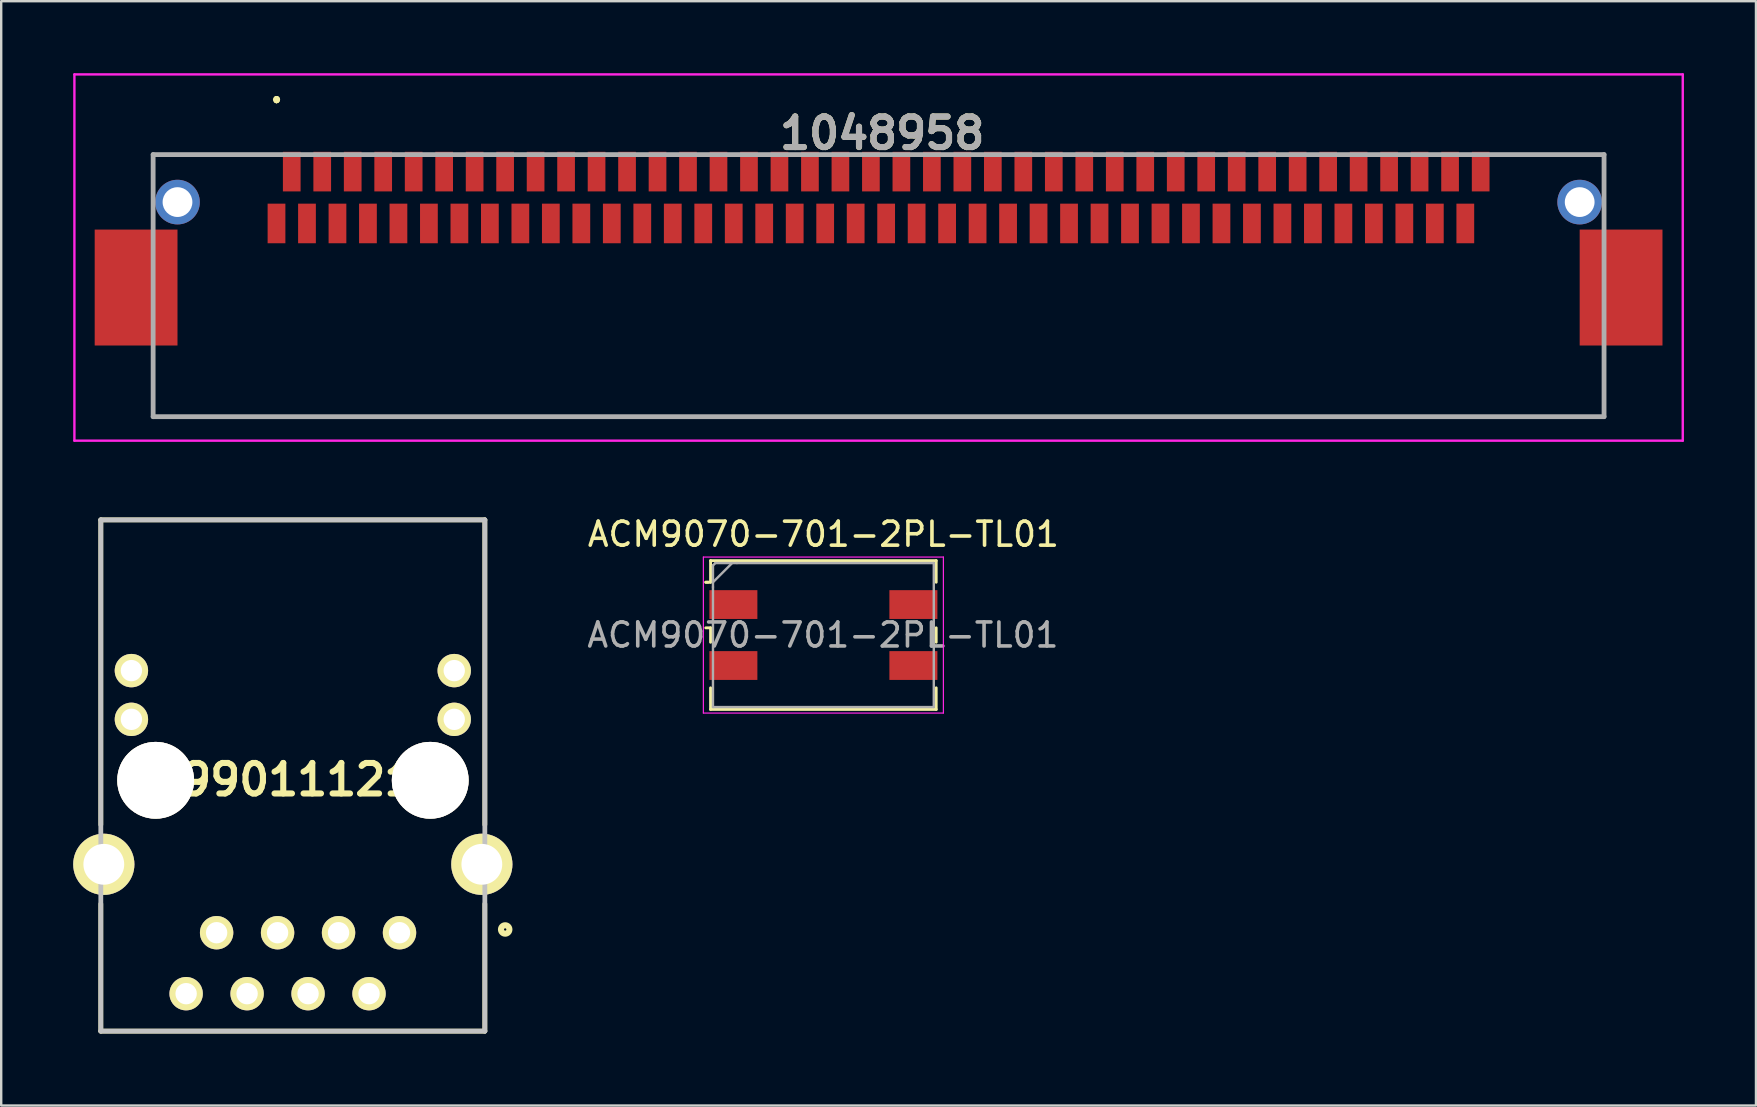
<source format=kicad_pcb>
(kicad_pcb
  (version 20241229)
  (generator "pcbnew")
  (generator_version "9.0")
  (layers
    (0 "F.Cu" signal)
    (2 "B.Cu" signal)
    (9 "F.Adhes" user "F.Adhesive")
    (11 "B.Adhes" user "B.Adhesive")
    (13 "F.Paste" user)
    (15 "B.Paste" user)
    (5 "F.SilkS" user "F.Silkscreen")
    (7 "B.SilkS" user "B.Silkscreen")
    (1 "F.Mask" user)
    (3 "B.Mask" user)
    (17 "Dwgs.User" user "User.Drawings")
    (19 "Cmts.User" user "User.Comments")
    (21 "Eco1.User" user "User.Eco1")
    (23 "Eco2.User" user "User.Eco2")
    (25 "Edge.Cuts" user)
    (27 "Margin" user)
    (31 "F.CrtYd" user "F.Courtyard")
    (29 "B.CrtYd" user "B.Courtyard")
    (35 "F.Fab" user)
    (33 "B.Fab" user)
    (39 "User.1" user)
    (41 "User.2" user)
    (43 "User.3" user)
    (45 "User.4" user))
  (footprint "1048958"
    (layer "F.Cu")
    (at 33.555 6.26)
    (property "Reference" "1048958" (at 0.152 -3.759 0) (layer "F.SilkS") (effects (font (size 1.27 1.27) (thickness 0.254))))
    (attr through_hole)
    (fp_line (start -30.25 -2.87) (end -30.25 -2.87) (stroke (width 0.1) (type solid)) (layer "F.SilkS"))
    (fp_line (start -30.25 -2.87) (end -30.225 -2.87) (stroke (width 0.1) (type solid)) (layer "F.SilkS"))
    (fp_line (start -30.25 -2.87) (end -25.5 -2.87) (stroke (width 0.1) (type solid)) (layer "F.SilkS"))
    (fp_line (start -30.25 -1.66) (end -30.25 -2.87) (stroke (width 0.1) (type solid)) (layer "F.SilkS"))
    (fp_line (start -30.25 5.84) (end -30.25 8.05) (stroke (width 0.1) (type solid)) (layer "F.SilkS"))
    (fp_line (start -30.25 8.05) (end -30.225 8.05) (stroke (width 0.1) (type solid)) (layer "F.SilkS"))
    (fp_line (start -30.225 -2.87) (end -30.225 -1.66) (stroke (width 0.1) (type solid)) (layer "F.SilkS"))
    (fp_line (start -30.225 -1.66) (end -30.25 -1.66) (stroke (width 0.1) (type solid)) (layer "F.SilkS"))
    (fp_line (start -30.225 5.84) (end -30.25 5.84) (stroke (width 0.1) (type solid)) (layer "F.SilkS"))
    (fp_line (start -30.225 8.05) (end -30.225 5.84) (stroke (width 0.1) (type solid)) (layer "F.SilkS"))
    (fp_line (start -30.225 8.05) (end -30.225 8.05) (stroke (width 0.1) (type solid)) (layer "F.SilkS"))
    (fp_line (start -30.225 8.05) (end 30.225 8.05) (stroke (width 0.1) (type solid)) (layer "F.SilkS"))
    (fp_line (start -25.5 -2.87) (end -30.25 -2.87) (stroke (width 0.1) (type solid)) (layer "F.SilkS"))
    (fp_line (start -25.5 -2.87) (end -25.5 -2.87) (stroke (width 0.1) (type solid)) (layer "F.SilkS"))
    (fp_line (start -25.085 -5.21) (end -25.085 -5.21) (stroke (width 0.2) (type solid)) (layer "F.SilkS"))
    (fp_line (start -25.085 -5.11) (end -25.085 -5.11) (stroke (width 0.2) (type solid)) (layer "F.SilkS"))
    (fp_line (start -25.085 -5.11) (end -25.085 -5.11) (stroke (width 0.2) (type solid)) (layer "F.SilkS"))
    (fp_line (start 26.25 -2.87) (end 26.25 -2.87) (stroke (width 0.1) (type solid)) (layer "F.SilkS"))
    (fp_line (start 26.25 -2.87) (end 30.225 -2.87) (stroke (width 0.1) (type solid)) (layer "F.SilkS"))
    (fp_line (start 30.225 -2.87) (end 26.25 -2.87) (stroke (width 0.1) (type solid)) (layer "F.SilkS"))
    (fp_line (start 30.225 -2.87) (end 30.225 -2.87) (stroke (width 0.1) (type solid)) (layer "F.SilkS"))
    (fp_line (start 30.225 -2.87) (end 30.225 -1.66) (stroke (width 0.1) (type solid)) (layer "F.SilkS"))
    (fp_line (start 30.225 -1.66) (end 30.25 -1.66) (stroke (width 0.1) (type solid)) (layer "F.SilkS"))
    (fp_line (start 30.225 5.84) (end 30.225 8.05) (stroke (width 0.1) (type solid)) (layer "F.SilkS"))
    (fp_line (start 30.225 8.05) (end -30.225 8.05) (stroke (width 0.1) (type solid)) (layer "F.SilkS"))
    (fp_line (start 30.225 8.05) (end 30.225 8.05) (stroke (width 0.1) (type solid)) (layer "F.SilkS"))
    (fp_line (start 30.225 8.05) (end 30.25 8.05) (stroke (width 0.1) (type solid)) (layer "F.SilkS"))
    (fp_line (start 30.25 -2.87) (end 30.225 -2.87) (stroke (width 0.1) (type solid)) (layer "F.SilkS"))
    (fp_line (start 30.25 -1.66) (end 30.25 -2.87) (stroke (width 0.1) (type solid)) (layer "F.SilkS"))
    (fp_line (start 30.25 5.84) (end 30.225 5.84) (stroke (width 0.1) (type solid)) (layer "F.SilkS"))
    (fp_line (start 30.25 8.05) (end 30.25 5.84) (stroke (width 0.1) (type solid)) (layer "F.SilkS"))
    (fp_arc (start -25.085 -5.21) (mid -25.035 -5.16) (end -25.085 -5.11) (stroke (width 0.2) (type solid)) (layer "F.SilkS"))
    (fp_arc (start -25.085 -5.21) (mid -25.035 -5.16) (end -25.085 -5.11) (stroke (width 0.2) (type solid)) (layer "F.SilkS"))
    (fp_arc (start -25.085 -5.11) (mid -25.135 -5.16) (end -25.085 -5.21) (stroke (width 0.2) (type solid)) (layer "F.SilkS"))
    (fp_line (start -33.505 -6.21) (end 33.505 -6.21) (stroke (width 0.1) (type solid)) (layer "F.CrtYd"))
    (fp_line (start -33.505 9.05) (end -33.505 -6.21) (stroke (width 0.1) (type solid)) (layer "F.CrtYd"))
    (fp_line (start 33.505 -6.21) (end 33.505 9.05) (stroke (width 0.1) (type solid)) (layer "F.CrtYd"))
    (fp_line (start 33.505 9.05) (end -33.505 9.05) (stroke (width 0.1) (type solid)) (layer "F.CrtYd"))
    (fp_line (start -30.225 -2.87) (end -30.225 8.05) (stroke (width 0.2) (type solid)) (layer "F.Fab"))
    (fp_line (start -30.225 8.05) (end 30.225 8.05) (stroke (width 0.2) (type solid)) (layer "F.Fab"))
    (fp_line (start 30.225 -2.87) (end -30.225 -2.87) (stroke (width 0.2) (type solid)) (layer "F.Fab"))
    (fp_line (start 30.225 8.05) (end 30.225 -2.87) (stroke (width 0.2) (type solid)) (layer "F.Fab"))
    (fp_text user "${REFERENCE}" (at 0.152 -3.759 0) (layer "F.Fab") (effects (font (size 1.27 1.27) (thickness 0.254))))
    (pad "1" smd rect (at -25.085 0) (size 0.74 1.65) (layers "F.Cu" "F.Mask" "F.Paste"))
    (pad "2" smd rect (at -24.45 -2.16) (size 0.737 1.65) (layers "F.Cu" "F.Mask" "F.Paste"))
    (pad "3" smd rect (at -23.815 0) (size 0.74 1.65) (layers "F.Cu" "F.Mask" "F.Paste"))
    (pad "4" smd rect (at -23.18 -2.16) (size 0.737 1.65) (layers "F.Cu" "F.Mask" "F.Paste"))
    (pad "5" smd rect (at -22.545 0) (size 0.74 1.65) (layers "F.Cu" "F.Mask" "F.Paste"))
    (pad "6" smd rect (at -21.91 -2.16) (size 0.737 1.65) (layers "F.Cu" "F.Mask" "F.Paste"))
    (pad "7" smd rect (at -21.275 0) (size 0.74 1.65) (layers "F.Cu" "F.Mask" "F.Paste"))
    (pad "8" smd rect (at -20.64 -2.16) (size 0.737 1.65) (layers "F.Cu" "F.Mask" "F.Paste"))
    (pad "9" smd rect (at -20.005 0) (size 0.74 1.65) (layers "F.Cu" "F.Mask" "F.Paste"))
    (pad "10" smd rect (at -19.37 -2.16) (size 0.737 1.65) (layers "F.Cu" "F.Mask" "F.Paste"))
    (pad "11" smd rect (at -18.735 0) (size 0.74 1.65) (layers "F.Cu" "F.Mask" "F.Paste"))
    (pad "12" smd rect (at -18.1 -2.16) (size 0.737 1.65) (layers "F.Cu" "F.Mask" "F.Paste"))
    (pad "13" smd rect (at -17.465 0) (size 0.74 1.65) (layers "F.Cu" "F.Mask" "F.Paste"))
    (pad "14" smd rect (at -16.83 -2.16) (size 0.737 1.65) (layers "F.Cu" "F.Mask" "F.Paste"))
    (pad "15" smd rect (at -16.195 0) (size 0.74 1.65) (layers "F.Cu" "F.Mask" "F.Paste"))
    (pad "16" smd rect (at -15.56 -2.16) (size 0.737 1.65) (layers "F.Cu" "F.Mask" "F.Paste"))
    (pad "17" smd rect (at -14.925 0) (size 0.74 1.65) (layers "F.Cu" "F.Mask" "F.Paste"))
    (pad "18" smd rect (at -14.29 -2.16) (size 0.737 1.65) (layers "F.Cu" "F.Mask" "F.Paste"))
    (pad "19" smd rect (at -13.655 0) (size 0.74 1.65) (layers "F.Cu" "F.Mask" "F.Paste"))
    (pad "20" smd rect (at -13.02 -2.16) (size 0.737 1.65) (layers "F.Cu" "F.Mask" "F.Paste"))
    (pad "21" smd rect (at -12.385 0) (size 0.74 1.65) (layers "F.Cu" "F.Mask" "F.Paste"))
    (pad "22" smd rect (at -11.75 -2.16) (size 0.737 1.65) (layers "F.Cu" "F.Mask" "F.Paste"))
    (pad "23" smd rect (at -11.115 0) (size 0.74 1.65) (layers "F.Cu" "F.Mask" "F.Paste"))
    (pad "24" smd rect (at -10.48 -2.16) (size 0.737 1.65) (layers "F.Cu" "F.Mask" "F.Paste"))
    (pad "25" smd rect (at -9.845 0) (size 0.74 1.65) (layers "F.Cu" "F.Mask" "F.Paste"))
    (pad "26" smd rect (at -9.21 -2.16) (size 0.737 1.65) (layers "F.Cu" "F.Mask" "F.Paste"))
    (pad "27" smd rect (at -8.575 0) (size 0.74 1.65) (layers "F.Cu" "F.Mask" "F.Paste"))
    (pad "28" smd rect (at -7.94 -2.16) (size 0.737 1.65) (layers "F.Cu" "F.Mask" "F.Paste"))
    (pad "29" smd rect (at -7.305 0) (size 0.74 1.65) (layers "F.Cu" "F.Mask" "F.Paste"))
    (pad "30" smd rect (at -6.67 -2.16) (size 0.737 1.65) (layers "F.Cu" "F.Mask" "F.Paste"))
    (pad "31" smd rect (at -6.035 0) (size 0.74 1.65) (layers "F.Cu" "F.Mask" "F.Paste"))
    (pad "32" smd rect (at -5.4 -2.16) (size 0.737 1.65) (layers "F.Cu" "F.Mask" "F.Paste"))
    (pad "33" smd rect (at -4.765 0) (size 0.74 1.65) (layers "F.Cu" "F.Mask" "F.Paste"))
    (pad "34" smd rect (at -4.13 -2.16) (size 0.737 1.65) (layers "F.Cu" "F.Mask" "F.Paste"))
    (pad "35" smd rect (at -3.495 0) (size 0.74 1.65) (layers "F.Cu" "F.Mask" "F.Paste"))
    (pad "36" smd rect (at -2.86 -2.16) (size 0.737 1.65) (layers "F.Cu" "F.Mask" "F.Paste"))
    (pad "37" smd rect (at -2.225 0) (size 0.74 1.65) (layers "F.Cu" "F.Mask" "F.Paste"))
    (pad "38" smd rect (at -1.59 -2.16) (size 0.737 1.65) (layers "F.Cu" "F.Mask" "F.Paste"))
    (pad "39" smd rect (at -0.955 0) (size 0.74 1.65) (layers "F.Cu" "F.Mask" "F.Paste"))
    (pad "40" smd rect (at -0.32 -2.16) (size 0.737 1.65) (layers "F.Cu" "F.Mask" "F.Paste"))
    (pad "41" smd rect (at 0.315 0) (size 0.74 1.65) (layers "F.Cu" "F.Mask" "F.Paste"))
    (pad "42" smd rect (at 0.95 -2.16) (size 0.737 1.65) (layers "F.Cu" "F.Mask" "F.Paste"))
    (pad "43" smd rect (at 1.585 0) (size 0.74 1.65) (layers "F.Cu" "F.Mask" "F.Paste"))
    (pad "44" smd rect (at 2.22 -2.16) (size 0.737 1.65) (layers "F.Cu" "F.Mask" "F.Paste"))
    (pad "45" smd rect (at 2.855 0) (size 0.74 1.65) (layers "F.Cu" "F.Mask" "F.Paste"))
    (pad "46" smd rect (at 3.49 -2.16) (size 0.737 1.65) (layers "F.Cu" "F.Mask" "F.Paste"))
    (pad "47" smd rect (at 4.125 0) (size 0.74 1.65) (layers "F.Cu" "F.Mask" "F.Paste"))
    (pad "48" smd rect (at 4.76 -2.16) (size 0.737 1.65) (layers "F.Cu" "F.Mask" "F.Paste"))
    (pad "49" smd rect (at 5.395 0) (size 0.74 1.65) (layers "F.Cu" "F.Mask" "F.Paste"))
    (pad "50" smd rect (at 6.03 -2.16) (size 0.737 1.65) (layers "F.Cu" "F.Mask" "F.Paste"))
    (pad "51" smd rect (at 6.665 0) (size 0.74 1.65) (layers "F.Cu" "F.Mask" "F.Paste"))
    (pad "52" smd rect (at 7.3 -2.16) (size 0.737 1.65) (layers "F.Cu" "F.Mask" "F.Paste"))
    (pad "53" smd rect (at 7.935 0) (size 0.74 1.65) (layers "F.Cu" "F.Mask" "F.Paste"))
    (pad "54" smd rect (at 8.57 -2.16) (size 0.737 1.65) (layers "F.Cu" "F.Mask" "F.Paste"))
    (pad "55" smd rect (at 9.205 0) (size 0.74 1.65) (layers "F.Cu" "F.Mask" "F.Paste"))
    (pad "56" smd rect (at 9.84 -2.16) (size 0.737 1.65) (layers "F.Cu" "F.Mask" "F.Paste"))
    (pad "57" smd rect (at 10.475 0) (size 0.74 1.65) (layers "F.Cu" "F.Mask" "F.Paste"))
    (pad "58" smd rect (at 11.11 -2.16) (size 0.737 1.65) (layers "F.Cu" "F.Mask" "F.Paste"))
    (pad "59" smd rect (at 11.745 0) (size 0.74 1.65) (layers "F.Cu" "F.Mask" "F.Paste"))
    (pad "60" smd rect (at 12.38 -2.16) (size 0.737 1.65) (layers "F.Cu" "F.Mask" "F.Paste"))
    (pad "61" smd rect (at 13.015 0) (size 0.74 1.65) (layers "F.Cu" "F.Mask" "F.Paste"))
    (pad "62" smd rect (at 13.65 -2.16) (size 0.737 1.65) (layers "F.Cu" "F.Mask" "F.Paste"))
    (pad "63" smd rect (at 14.285 0) (size 0.74 1.65) (layers "F.Cu" "F.Mask" "F.Paste"))
    (pad "64" smd rect (at 14.92 -2.16) (size 0.737 1.65) (layers "F.Cu" "F.Mask" "F.Paste"))
    (pad "65" smd rect (at 15.555 0) (size 0.74 1.65) (layers "F.Cu" "F.Mask" "F.Paste"))
    (pad "66" smd rect (at 16.19 -2.16) (size 0.737 1.65) (layers "F.Cu" "F.Mask" "F.Paste"))
    (pad "67" smd rect (at 16.825 0) (size 0.74 1.65) (layers "F.Cu" "F.Mask" "F.Paste"))
    (pad "68" smd rect (at 17.46 -2.16) (size 0.737 1.65) (layers "F.Cu" "F.Mask" "F.Paste"))
    (pad "69" smd rect (at 18.095 0) (size 0.74 1.65) (layers "F.Cu" "F.Mask" "F.Paste"))
    (pad "70" smd rect (at 18.73 -2.16) (size 0.737 1.65) (layers "F.Cu" "F.Mask" "F.Paste"))
    (pad "71" smd rect (at 19.365 0) (size 0.74 1.65) (layers "F.Cu" "F.Mask" "F.Paste"))
    (pad "72" smd rect (at 20 -2.16) (size 0.737 1.65) (layers "F.Cu" "F.Mask" "F.Paste"))
    (pad "73" smd rect (at 20.635 0) (size 0.74 1.65) (layers "F.Cu" "F.Mask" "F.Paste"))
    (pad "74" smd rect (at 21.27 -2.16) (size 0.737 1.65) (layers "F.Cu" "F.Mask" "F.Paste"))
    (pad "75" smd rect (at 21.905 0) (size 0.74 1.65) (layers "F.Cu" "F.Mask" "F.Paste"))
    (pad "76" smd rect (at 22.54 -2.16) (size 0.737 1.65) (layers "F.Cu" "F.Mask" "F.Paste"))
    (pad "77" smd rect (at 23.175 0) (size 0.74 1.65) (layers "F.Cu" "F.Mask" "F.Paste"))
    (pad "78" smd rect (at 23.81 -2.16) (size 0.737 1.65) (layers "F.Cu" "F.Mask" "F.Paste"))
    (pad "79" smd rect (at 24.445 0) (size 0.74 1.65) (layers "F.Cu" "F.Mask" "F.Paste"))
    (pad "80" smd rect (at 25.085 -2.16) (size 0.737 1.65) (layers "F.Cu" "F.Mask" "F.Paste"))
    (pad "MH1" thru_hole circle (at -29.21 -0.89) (size 1.86 1.86) (drill 1.24) (layers "*.Cu" "*.Mask"))
    (pad "MH2" thru_hole circle (at 29.21 -0.89) (size 1.86 1.86) (drill 1.24) (layers "*.Cu" "*.Mask"))
    (pad "MP" smd rect (at -30.935 2.67) (size 3.45 4.83) (layers "F.Cu" "F.Mask" "F.Paste"))
    (pad "MP" smd rect (at 30.935 2.67) (size 3.45 4.83) (layers "F.Cu" "F.Mask" "F.Paste")))
  (footprint "ACM9070-701-2PL-TL01"
    (layer "F.Cu")
    (at 31.255 23.408)
    (property "Reference" "ACM9070-701-2PL-TL01" (at 0 -4.2 0) (layer "F.SilkS") (effects (font (size 1 1) (thickness 0.15))))
    (attr smd)
    (fp_line (start -4.9 -2.2) (end -4.8 -2.2) (stroke (width 0.12) (type solid)) (layer "F.SilkS"))
    (fp_line (start -4.9 -0.3) (end -4.7 -0.3) (stroke (width 0.12) (type solid)) (layer "F.SilkS"))
    (fp_line (start -4.7 -3.1) (end -4.7 -2.2) (stroke (width 0.12) (type solid)) (layer "F.SilkS"))
    (fp_line (start -4.7 -3.1) (end 4.7 -3.1) (stroke (width 0.12) (type solid)) (layer "F.SilkS"))
    (fp_line (start -4.7 -2.2) (end -4.9 -2.2) (stroke (width 0.12) (type solid)) (layer "F.SilkS"))
    (fp_line (start -4.7 -0.3) (end -4.7 0.3) (stroke (width 0.12) (type solid)) (layer "F.SilkS"))
    (fp_line (start -4.7 3.1) (end -4.7 2.2) (stroke (width 0.12) (type solid)) (layer "F.SilkS"))
    (fp_line (start 4.7 -3.1) (end 4.7 -2.2) (stroke (width 0.12) (type solid)) (layer "F.SilkS"))
    (fp_line (start 4.7 -0.3) (end 4.7 0.3) (stroke (width 0.12) (type solid)) (layer "F.SilkS"))
    (fp_line (start 4.7 3.1) (end -4.7 3.1) (stroke (width 0.12) (type solid)) (layer "F.SilkS"))
    (fp_line (start 4.7 3.1) (end 4.7 2.2) (stroke (width 0.12) (type solid)) (layer "F.SilkS"))
    (fp_line (start -5 -3.25) (end 5 -3.25) (stroke (width 0.05) (type solid)) (layer "F.CrtYd"))
    (fp_line (start -5 3.25) (end -5 -3.25) (stroke (width 0.05) (type solid)) (layer "F.CrtYd"))
    (fp_line (start 5 -3.25) (end 5 3.25) (stroke (width 0.05) (type solid)) (layer "F.CrtYd"))
    (fp_line (start 5 3.25) (end -5 3.25) (stroke (width 0.05) (type solid)) (layer "F.CrtYd"))
    (fp_line (start -4.6 -2.9) (end -4.5 -3) (stroke (width 0.1) (type solid)) (layer "F.Fab"))
    (fp_line (start -4.6 -2.2) (end -3.8 -3) (stroke (width 0.1) (type solid)) (layer "F.Fab"))
    (fp_line (start -4.6 -2) (end -4.6 -2.9) (stroke (width 0.1) (type solid)) (layer "F.Fab"))
    (fp_line (start -4.6 -2) (end -4.6 3) (stroke (width 0.1) (type solid)) (layer "F.Fab"))
    (fp_line (start -4.5 -3) (end -3.6 -3) (stroke (width 0.1) (type solid)) (layer "F.Fab"))
    (fp_line (start -3.6 -3) (end 4.6 -3) (stroke (width 0.1) (type solid)) (layer "F.Fab"))
    (fp_line (start 4.6 -3) (end 4.6 3) (stroke (width 0.1) (type solid)) (layer "F.Fab"))
    (fp_line (start 4.6 3) (end -4.6 3) (stroke (width 0.1) (type solid)) (layer "F.Fab"))
    (fp_text user "${REFERENCE}" (at -0.02 0 0) (layer "F.Fab") (effects (font (size 1 1) (thickness 0.15))))
    (pad "1" smd rect (at -3.75 -1.27) (size 2 1.2) (layers "F.Cu" "F.Mask" "F.Paste"))
    (pad "2" smd rect (at -3.75 1.27) (size 2 1.2) (layers "F.Cu" "F.Mask" "F.Paste"))
    (pad "3" smd rect (at 3.75 -1.27) (size 2 1.2) (layers "F.Cu" "F.Mask" "F.Paste"))
    (pad "4" smd rect (at 3.75 1.27) (size 2 1.2) (layers "F.Cu" "F.Mask" "F.Paste")))
  (footprint "74990111217"
    (layer "F.Cu")
    (at 9.15 18.61)
    (property "Reference" "74990111217" (at -0.399 10.824 0) (layer "F.SilkS") (effects (font (size 1.27 1.27) (thickness 0.254))))
    (attr through_hole)
    (fp_line (start -8 0) (end -8 12.7) (stroke (width 0.2) (type solid)) (layer "F.SilkS"))
    (fp_line (start -8 0) (end 8 0) (stroke (width 0.2) (type solid)) (layer "F.SilkS"))
    (fp_line (start -8 21.3) (end -8 16) (stroke (width 0.2) (type solid)) (layer "F.SilkS"))
    (fp_line (start -8 21.3) (end 8 21.3) (stroke (width 0.2) (type solid)) (layer "F.SilkS"))
    (fp_line (start 8 0) (end 8 12.7) (stroke (width 0.2) (type solid)) (layer "F.SilkS"))
    (fp_line (start 8 21.3) (end 8 16) (stroke (width 0.2) (type solid)) (layer "F.SilkS"))
    (fp_circle (center 8.848 17.065) (end 8.673 17.065) (stroke (width 0.254) (type solid)) (fill no) (layer "F.SilkS"))
    (fp_line (start -8 0) (end 8 0) (stroke (width 0.2) (type solid)) (layer "Dwgs.User"))
    (fp_line (start -8 21.3) (end -8 0) (stroke (width 0.2) (type solid)) (layer "Dwgs.User"))
    (fp_line (start 8 0) (end 8 21.3) (stroke (width 0.2) (type solid)) (layer "Dwgs.User"))
    (fp_line (start 8 21.3) (end -8 21.3) (stroke (width 0.2) (type solid)) (layer "Dwgs.User"))
    (pad "1" thru_hole circle (at 4.445 17.2 90) (size 1.39 1.39) (drill 0.89) (layers "*.Cu" "*.Mask" "F.SilkS"))
    (pad "2" thru_hole circle (at 3.175 19.74 90) (size 1.39 1.39) (drill 0.89) (layers "*.Cu" "*.Mask" "F.SilkS"))
    (pad "3" thru_hole circle (at 1.905 17.2 90) (size 1.39 1.39) (drill 0.89) (layers "*.Cu" "*.Mask" "F.SilkS"))
    (pad "4" thru_hole circle (at 0.635 19.74 90) (size 1.39 1.39) (drill 0.89) (layers "*.Cu" "*.Mask" "F.SilkS"))
    (pad "5" thru_hole circle (at -0.635 17.2 90) (size 1.39 1.39) (drill 0.89) (layers "*.Cu" "*.Mask" "F.SilkS"))
    (pad "6" thru_hole circle (at -1.905 19.74 90) (size 1.39 1.39) (drill 0.89) (layers "*.Cu" "*.Mask" "F.SilkS"))
    (pad "7" thru_hole circle (at -3.175 17.2 90) (size 1.39 1.39) (drill 0.89) (layers "*.Cu" "*.Mask" "F.SilkS"))
    (pad "8" thru_hole circle (at -4.445 19.74 90) (size 1.39 1.39) (drill 0.89) (layers "*.Cu" "*.Mask" "F.SilkS"))
    (pad "9" thru_hole circle (at 6.725 8.31 90) (size 1.39 1.39) (drill 0.89) (layers "*.Cu" "*.Mask" "F.SilkS"))
    (pad "10" thru_hole circle (at 6.725 6.28 90) (size 1.39 1.39) (drill 0.89) (layers "*.Cu" "*.Mask" "F.SilkS"))
    (pad "11" thru_hole circle (at -6.725 8.31 90) (size 1.39 1.39) (drill 0.89) (layers "*.Cu" "*.Mask" "F.SilkS"))
    (pad "12" thru_hole circle (at -6.725 6.28 90) (size 1.39 1.39) (drill 0.89) (layers "*.Cu" "*.Mask" "F.SilkS"))
    (pad "13" thru_hole circle (at -7.875 14.35 90) (size 2.55 2.55) (drill 1.7) (layers "*.Cu" "*.Mask" "F.SilkS"))
    (pad "14" thru_hole circle (at -5.715 10.85 90) (size 3.2 3.2) (drill 3.2) (layers "*.Cu" "*.Mask" "F.SilkS"))
    (pad "15" thru_hole circle (at 5.725 10.85 90) (size 3.2 3.2) (drill 3.2) (layers "*.Cu" "*.Mask" "F.SilkS"))
    (pad "16" thru_hole circle (at 7.875 14.35 90) (size 2.55 2.55) (drill 1.7) (layers "*.Cu" "*.Mask" "F.SilkS")))
  (gr_rect
    (start -3 -3)
    (end 70.11 43.01)
    (stroke (width 0.1) (type default))
    (fill no)
    (layer "Edge.Cuts")))
</source>
